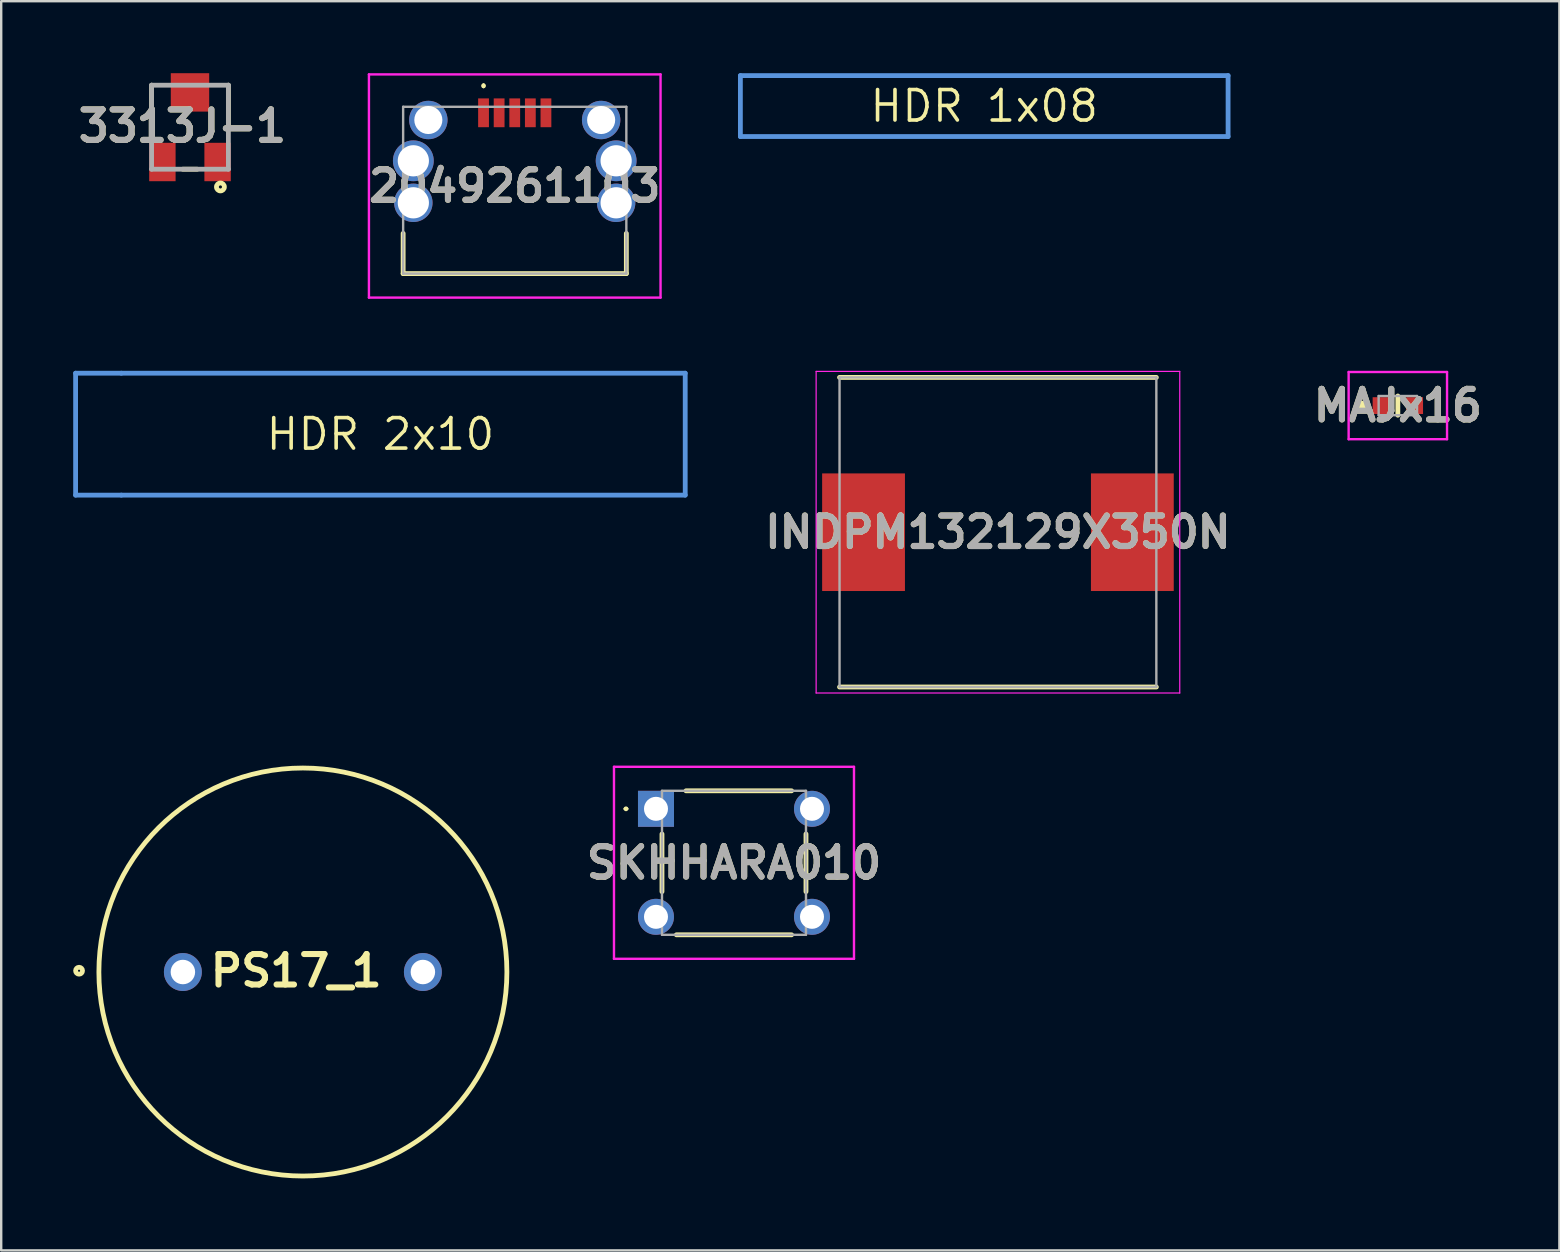
<source format=kicad_pcb>
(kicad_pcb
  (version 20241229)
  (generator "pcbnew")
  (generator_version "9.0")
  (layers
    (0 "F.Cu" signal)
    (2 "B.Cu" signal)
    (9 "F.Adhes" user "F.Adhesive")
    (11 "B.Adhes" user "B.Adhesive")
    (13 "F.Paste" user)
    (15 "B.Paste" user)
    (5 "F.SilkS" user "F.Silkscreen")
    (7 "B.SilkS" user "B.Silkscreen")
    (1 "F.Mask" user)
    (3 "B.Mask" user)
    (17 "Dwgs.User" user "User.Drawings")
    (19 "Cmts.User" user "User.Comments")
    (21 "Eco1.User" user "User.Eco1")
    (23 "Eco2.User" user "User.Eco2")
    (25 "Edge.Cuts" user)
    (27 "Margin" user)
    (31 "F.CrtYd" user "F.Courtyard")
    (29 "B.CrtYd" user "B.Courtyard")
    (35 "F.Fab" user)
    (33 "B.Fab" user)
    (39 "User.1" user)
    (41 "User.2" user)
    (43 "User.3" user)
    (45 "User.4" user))
  (footprint "HDR 2x10"
    (layer "F.Cu")
    (at 12.8 15.04)
    (property "Reference" "HDR 2x10" (at 0 0 0) (layer "F.SilkS") (effects (font (size 1.27 1.27) (thickness 0.15))))
    (attr through_hole)
    (fp_line (start -12.7 -2.54) (end -10.795 -2.54) (stroke (width 0.2) (type solid)) (layer "Cmts.User"))
    (fp_line (start -12.7 2.54) (end -12.7 -2.54) (stroke (width 0.2) (type solid)) (layer "Cmts.User"))
    (fp_line (start -12.7 2.54) (end -10.795 2.54) (stroke (width 0.2) (type solid)) (layer "Cmts.User"))
    (fp_line (start -10.795 -2.54) (end 12.7 -2.54) (stroke (width 0.2) (type solid)) (layer "Cmts.User"))
    (fp_line (start -10.795 2.54) (end 12.7 2.54) (stroke (width 0.2) (type solid)) (layer "Cmts.User"))
    (fp_line (start 12.7 2.54) (end 12.7 -2.54) (stroke (width 0.2) (type solid)) (layer "Cmts.User")))
  (footprint "INDPM132129X350N"
    (layer "F.Cu")
    (at 38.53 19.125)
    (property "Reference" "INDPM132129X350N" (at 0 0 0) (layer "F.SilkS") (effects (font (size 1.27 1.27) (thickness 0.254))))
    (attr smd)
    (fp_line (start -6.6 6.45) (end 6.6 6.45) (stroke (width 0.2) (type solid)) (layer "F.SilkS"))
    (fp_line (start 6.6 -6.45) (end -6.6 -6.45) (stroke (width 0.2) (type solid)) (layer "F.SilkS"))
    (fp_line (start -7.575 -6.7) (end 7.575 -6.7) (stroke (width 0.05) (type solid)) (layer "F.CrtYd"))
    (fp_line (start -7.575 6.7) (end -7.575 -6.7) (stroke (width 0.05) (type solid)) (layer "F.CrtYd"))
    (fp_line (start 7.575 -6.7) (end 7.575 6.7) (stroke (width 0.05) (type solid)) (layer "F.CrtYd"))
    (fp_line (start 7.575 6.7) (end -7.575 6.7) (stroke (width 0.05) (type solid)) (layer "F.CrtYd"))
    (fp_line (start -6.6 -6.45) (end 6.6 -6.45) (stroke (width 0.1) (type solid)) (layer "F.Fab"))
    (fp_line (start -6.6 6.45) (end -6.6 -6.45) (stroke (width 0.1) (type solid)) (layer "F.Fab"))
    (fp_line (start 6.6 -6.45) (end 6.6 6.45) (stroke (width 0.1) (type solid)) (layer "F.Fab"))
    (fp_line (start 6.6 6.45) (end -6.6 6.45) (stroke (width 0.1) (type solid)) (layer "F.Fab"))
    (fp_text user "${REFERENCE}" (at 0 0 0) (layer "F.Fab") (effects (font (size 1.27 1.27) (thickness 0.254))))
    (pad "1" smd rect (at -5.6 0) (size 3.45 4.9) (layers "F.Cu" "F.Mask" "F.Paste"))
    (pad "2" smd rect (at 5.6 0) (size 3.45 4.9) (layers "F.Cu" "F.Mask" "F.Paste")))
  (footprint "HDR 1x08"
    (layer "F.Cu")
    (at 37.959 1.37)
    (property "Reference" "HDR 1x08" (at 0 0 0) (layer "F.SilkS") (effects (font (size 1.27 1.27) (thickness 0.15))))
    (attr through_hole)
    (fp_line (start -10.16 -1.27) (end 10.16 -1.27) (stroke (width 0.2) (type solid)) (layer "Cmts.User"))
    (fp_line (start -10.16 1.27) (end -10.16 -1.27) (stroke (width 0.2) (type solid)) (layer "Cmts.User"))
    (fp_line (start -10.16 1.27) (end 10.16 1.27) (stroke (width 0.2) (type solid)) (layer "Cmts.User"))
    (fp_line (start 10.16 1.27) (end 10.16 -1.27) (stroke (width 0.2) (type solid)) (layer "Cmts.User")))
  (footprint "3313J-1"
    (layer "F.Cu")
    (at 4.866 2.25)
    (property "Reference" "3313J-1" (at -0.318 -0.045 0) (layer "F.SilkS") (effects (font (size 1.27 1.27) (thickness 0.254))))
    (attr smd)
    (fp_line (start -1.6 -1.75) (end -1.6 0) (stroke (width 0.2) (type solid)) (layer "F.SilkS"))
    (fp_line (start -0.3 1.75) (end 0.3 1.75) (stroke (width 0.2) (type solid)) (layer "F.SilkS"))
    (fp_line (start 1.6 -1.75) (end 1.6 0) (stroke (width 0.2) (type solid)) (layer "F.SilkS"))
    (fp_circle (center 1.268 2.489) (end 1.268 2.554) (stroke (width 0.2) (type solid)) (fill no) (layer "F.SilkS"))
    (fp_line (start -1.6 -1.75) (end 1.6 -1.75) (stroke (width 0.2) (type solid)) (layer "F.Fab"))
    (fp_line (start -1.6 1.75) (end -1.6 -1.75) (stroke (width 0.2) (type solid)) (layer "F.Fab"))
    (fp_line (start 1.6 -1.75) (end 1.6 1.75) (stroke (width 0.2) (type solid)) (layer "F.Fab"))
    (fp_line (start 1.6 1.75) (end -1.6 1.75) (stroke (width 0.2) (type solid)) (layer "F.Fab"))
    (fp_text user "${REFERENCE}" (at -0.318 -0.045 0) (layer "F.Fab") (effects (font (size 1.27 1.27) (thickness 0.254))))
    (pad "1" smd rect (at 1.15 1.45) (size 1.1 1.6) (layers "F.Cu" "F.Mask" "F.Paste"))
    (pad "2" smd rect (at 0 -1.45 90) (size 1.6 1.6) (layers "F.Cu" "F.Mask" "F.Paste"))
    (pad "3" smd rect (at -1.15 1.45) (size 1.1 1.6) (layers "F.Cu" "F.Mask" "F.Paste")))
  (footprint "MAJx16"
    (layer "F.Cu")
    (at 55.192 13.85)
    (property "Reference" "MAJx16" (at 0 0 0) (layer "F.SilkS") (effects (font (size 1.27 1.27) (thickness 0.254))))
    (attr smd)
    (fp_line (start -1.5 -0.1) (end -1.5 -0.1) (stroke (width 0.2) (type solid)) (layer "F.SilkS"))
    (fp_line (start -1.5 0.1) (end -1.5 0.1) (stroke (width 0.2) (type solid)) (layer "F.SilkS"))
    (fp_line (start 0 -0.4) (end 0 0.4) (stroke (width 0.2) (type solid)) (layer "F.SilkS"))
    (fp_arc (start -1.5 -0.1) (mid -1.4 0) (end -1.5 0.1) (stroke (width 0.2) (type solid)) (layer "F.SilkS"))
    (fp_arc (start -1.5 0.1) (mid -1.6 0) (end -1.5 -0.1) (stroke (width 0.2) (type solid)) (layer "F.SilkS"))
    (fp_line (start -2.05 -1.4) (end 2.05 -1.4) (stroke (width 0.1) (type solid)) (layer "F.CrtYd"))
    (fp_line (start -2.05 1.4) (end -2.05 -1.4) (stroke (width 0.1) (type solid)) (layer "F.CrtYd"))
    (fp_line (start 2.05 -1.4) (end 2.05 1.4) (stroke (width 0.1) (type solid)) (layer "F.CrtYd"))
    (fp_line (start 2.05 1.4) (end -2.05 1.4) (stroke (width 0.1) (type solid)) (layer "F.CrtYd"))
    (fp_line (start -0.8 -0.4) (end 0.8 -0.4) (stroke (width 0.1) (type solid)) (layer "F.Fab"))
    (fp_line (start -0.8 0.4) (end -0.8 -0.4) (stroke (width 0.1) (type solid)) (layer "F.Fab"))
    (fp_line (start 0.8 -0.4) (end 0.8 0.4) (stroke (width 0.1) (type solid)) (layer "F.Fab"))
    (fp_line (start 0.8 0.4) (end -0.8 0.4) (stroke (width 0.1) (type solid)) (layer "F.Fab"))
    (fp_text user "${REFERENCE}" (at 0 0 0) (layer "F.Fab") (effects (font (size 1.27 1.27) (thickness 0.254))))
    (pad "1" smd rect (at -0.7 0) (size 0.7 0.7) (layers "F.Cu" "F.Mask" "F.Paste"))
    (pad "2" smd rect (at 0.7 0) (size 0.7 0.7) (layers "F.Cu" "F.Mask" "F.Paste")))
  (footprint "PS17_1"
    (layer "F.Cu")
    (at 9.57 37.45)
    (property "Reference" "PS17_1" (at -0.28 -0.054 0) (layer "F.SilkS") (effects (font (size 1.27 1.27) (thickness 0.254))))
    (attr through_hole)
    (fp_circle (center -9.326 -0.054) (end -9.326 0.09) (stroke (width 0.2) (type solid)) (fill no) (layer "F.SilkS"))
    (fp_circle (center 0 0) (end 0 8.5) (stroke (width 0.2) (type solid)) (fill no) (layer "F.SilkS"))
    (pad "1" thru_hole circle (at -5 0) (size 1.58 1.58) (drill 1.02) (layers "*.Cu" "*.Mask"))
    (pad "2" thru_hole circle (at 5 0) (size 1.58 1.58) (drill 1.02) (layers "*.Cu" "*.Mask")))
  (footprint "2049261103"
    (layer "F.Cu")
    (at 18.397 4.875)
    (property "Reference" "2049261103" (at 0 -0.175 0) (layer "F.SilkS") (effects (font (size 1.27 1.27) (thickness 0.254))))
    (attr through_hole)
    (fp_line (start -4.65 1.8) (end -4.65 3.475) (stroke (width 0.2) (type solid)) (layer "F.SilkS"))
    (fp_line (start -4.65 3.475) (end 4.65 3.475) (stroke (width 0.2) (type solid)) (layer "F.SilkS"))
    (fp_line (start -1.3 -4.4) (end -1.3 -4.4) (stroke (width 0.1) (type solid)) (layer "F.SilkS"))
    (fp_line (start -1.3 -4.3) (end -1.3 -4.3) (stroke (width 0.1) (type solid)) (layer "F.SilkS"))
    (fp_line (start 4.65 3.475) (end 4.65 1.8) (stroke (width 0.2) (type solid)) (layer "F.SilkS"))
    (fp_arc (start -1.3 -4.4) (mid -1.25 -4.35) (end -1.3 -4.3) (stroke (width 0.1) (type solid)) (layer "F.SilkS"))
    (fp_arc (start -1.3 -4.3) (mid -1.35 -4.35) (end -1.3 -4.4) (stroke (width 0.1) (type solid)) (layer "F.SilkS"))
    (fp_line (start -6.075 -4.825) (end 6.075 -4.825) (stroke (width 0.1) (type solid)) (layer "F.CrtYd"))
    (fp_line (start -6.075 4.475) (end -6.075 -4.825) (stroke (width 0.1) (type solid)) (layer "F.CrtYd"))
    (fp_line (start 6.075 -4.825) (end 6.075 4.475) (stroke (width 0.1) (type solid)) (layer "F.CrtYd"))
    (fp_line (start 6.075 4.475) (end -6.075 4.475) (stroke (width 0.1) (type solid)) (layer "F.CrtYd"))
    (fp_line (start -4.65 -3.475) (end 4.65 -3.475) (stroke (width 0.1) (type solid)) (layer "F.Fab"))
    (fp_line (start -4.65 3.475) (end -4.65 -3.475) (stroke (width 0.1) (type solid)) (layer "F.Fab"))
    (fp_line (start 4.65 -3.475) (end 4.65 3.475) (stroke (width 0.1) (type solid)) (layer "F.Fab"))
    (fp_line (start 4.65 3.475) (end -4.65 3.475) (stroke (width 0.1) (type solid)) (layer "F.Fab"))
    (fp_text user "${REFERENCE}" (at 0 -0.175 0) (layer "F.Fab") (effects (font (size 1.27 1.27) (thickness 0.254))))
    (pad "1" smd rect (at -1.3 -3.225) (size 0.45 1.2) (layers "F.Cu" "F.Mask" "F.Paste"))
    (pad "2" smd rect (at -0.65 -3.225) (size 0.45 1.2) (layers "F.Cu" "F.Mask" "F.Paste"))
    (pad "3" smd rect (at 0 -3.225) (size 0.45 1.2) (layers "F.Cu" "F.Mask" "F.Paste"))
    (pad "4" smd rect (at 0.65 -3.225) (size 0.45 1.2) (layers "F.Cu" "F.Mask" "F.Paste"))
    (pad "5" smd rect (at 1.3 -3.225) (size 0.45 1.2) (layers "F.Cu" "F.Mask" "F.Paste"))
    (pad "MH1" thru_hole circle (at -3.6 -2.925) (size 1.6 1.6) (drill 1.17) (layers "*.Cu" "*.Mask"))
    (pad "MH2" thru_hole circle (at 3.6 -2.925) (size 1.6 1.6) (drill 1.17) (layers "*.Cu" "*.Mask"))
    (pad "MH3" thru_hole circle (at -4.225 -1.225) (size 1.7 1.7) (drill 1.3) (layers "*.Cu" "*.Mask"))
    (pad "MH4" thru_hole circle (at 4.225 -1.225) (size 1.7 1.7) (drill 1.3) (layers "*.Cu" "*.Mask"))
    (pad "MH5" thru_hole circle (at -4.225 0.525) (size 1.6 1.6) (drill 1.3) (layers "*.Cu" "*.Mask"))
    (pad "MH6" thru_hole circle (at 4.225 0.525) (size 1.6 1.6) (drill 1.3) (layers "*.Cu" "*.Mask")))
  (footprint "SKHHARA010"
    (layer "F.Cu")
    (at 24.282 30.65)
    (property "Reference" "SKHHARA010" (at 3.25 2.25 0) (layer "F.SilkS") (effects (font (size 1.27 1.27) (thickness 0.254))))
    (attr through_hole)
    (fp_line (start -1.3 0) (end -1.3 0) (stroke (width 0.1) (type solid)) (layer "F.SilkS"))
    (fp_line (start -1.2 0) (end -1.2 0) (stroke (width 0.1) (type solid)) (layer "F.SilkS"))
    (fp_line (start 0.25 1.05) (end 0.25 3.45) (stroke (width 0.2) (type solid)) (layer "F.SilkS"))
    (fp_line (start 0.85 5.25) (end 5.65 5.25) (stroke (width 0.2) (type solid)) (layer "F.SilkS"))
    (fp_line (start 1.25 -0.75) (end 5.65 -0.75) (stroke (width 0.2) (type solid)) (layer "F.SilkS"))
    (fp_line (start 6.25 1.05) (end 6.25 3.45) (stroke (width 0.2) (type solid)) (layer "F.SilkS"))
    (fp_arc (start -1.3 0) (mid -1.25 -0.05) (end -1.2 0) (stroke (width 0.1) (type solid)) (layer "F.SilkS"))
    (fp_arc (start -1.2 0) (mid -1.25 0.05) (end -1.3 0) (stroke (width 0.1) (type solid)) (layer "F.SilkS"))
    (fp_line (start -1.75 -1.75) (end 8.25 -1.75) (stroke (width 0.1) (type solid)) (layer "F.CrtYd"))
    (fp_line (start -1.75 6.25) (end -1.75 -1.75) (stroke (width 0.1) (type solid)) (layer "F.CrtYd"))
    (fp_line (start 8.25 -1.75) (end 8.25 6.25) (stroke (width 0.1) (type solid)) (layer "F.CrtYd"))
    (fp_line (start 8.25 6.25) (end -1.75 6.25) (stroke (width 0.1) (type solid)) (layer "F.CrtYd"))
    (fp_line (start 0.25 -0.75) (end 6.25 -0.75) (stroke (width 0.1) (type solid)) (layer "F.Fab"))
    (fp_line (start 0.25 5.25) (end 0.25 -0.75) (stroke (width 0.1) (type solid)) (layer "F.Fab"))
    (fp_line (start 6.25 -0.75) (end 6.25 5.25) (stroke (width 0.1) (type solid)) (layer "F.Fab"))
    (fp_line (start 6.25 5.25) (end 0.25 5.25) (stroke (width 0.1) (type solid)) (layer "F.Fab"))
    (fp_text user "${REFERENCE}" (at 3.25 2.25 0) (layer "F.Fab") (effects (font (size 1.27 1.27) (thickness 0.254))))
    (pad "1" thru_hole rect (at 0 0) (size 1.5 1.5) (drill 1) (layers "*.Cu" "*.Mask"))
    (pad "2" thru_hole circle (at 6.5 0) (size 1.5 1.5) (drill 1) (layers "*.Cu" "*.Mask"))
    (pad "3" thru_hole circle (at 0 4.5) (size 1.5 1.5) (drill 1) (layers "*.Cu" "*.Mask"))
    (pad "4" thru_hole circle (at 6.5 4.5) (size 1.5 1.5) (drill 1) (layers "*.Cu" "*.Mask")))
  (gr_rect
    (start -3 -3)
    (end 61.923 49.05)
    (stroke (width 0.1) (type default))
    (fill no)
    (layer "Edge.Cuts")))
</source>
